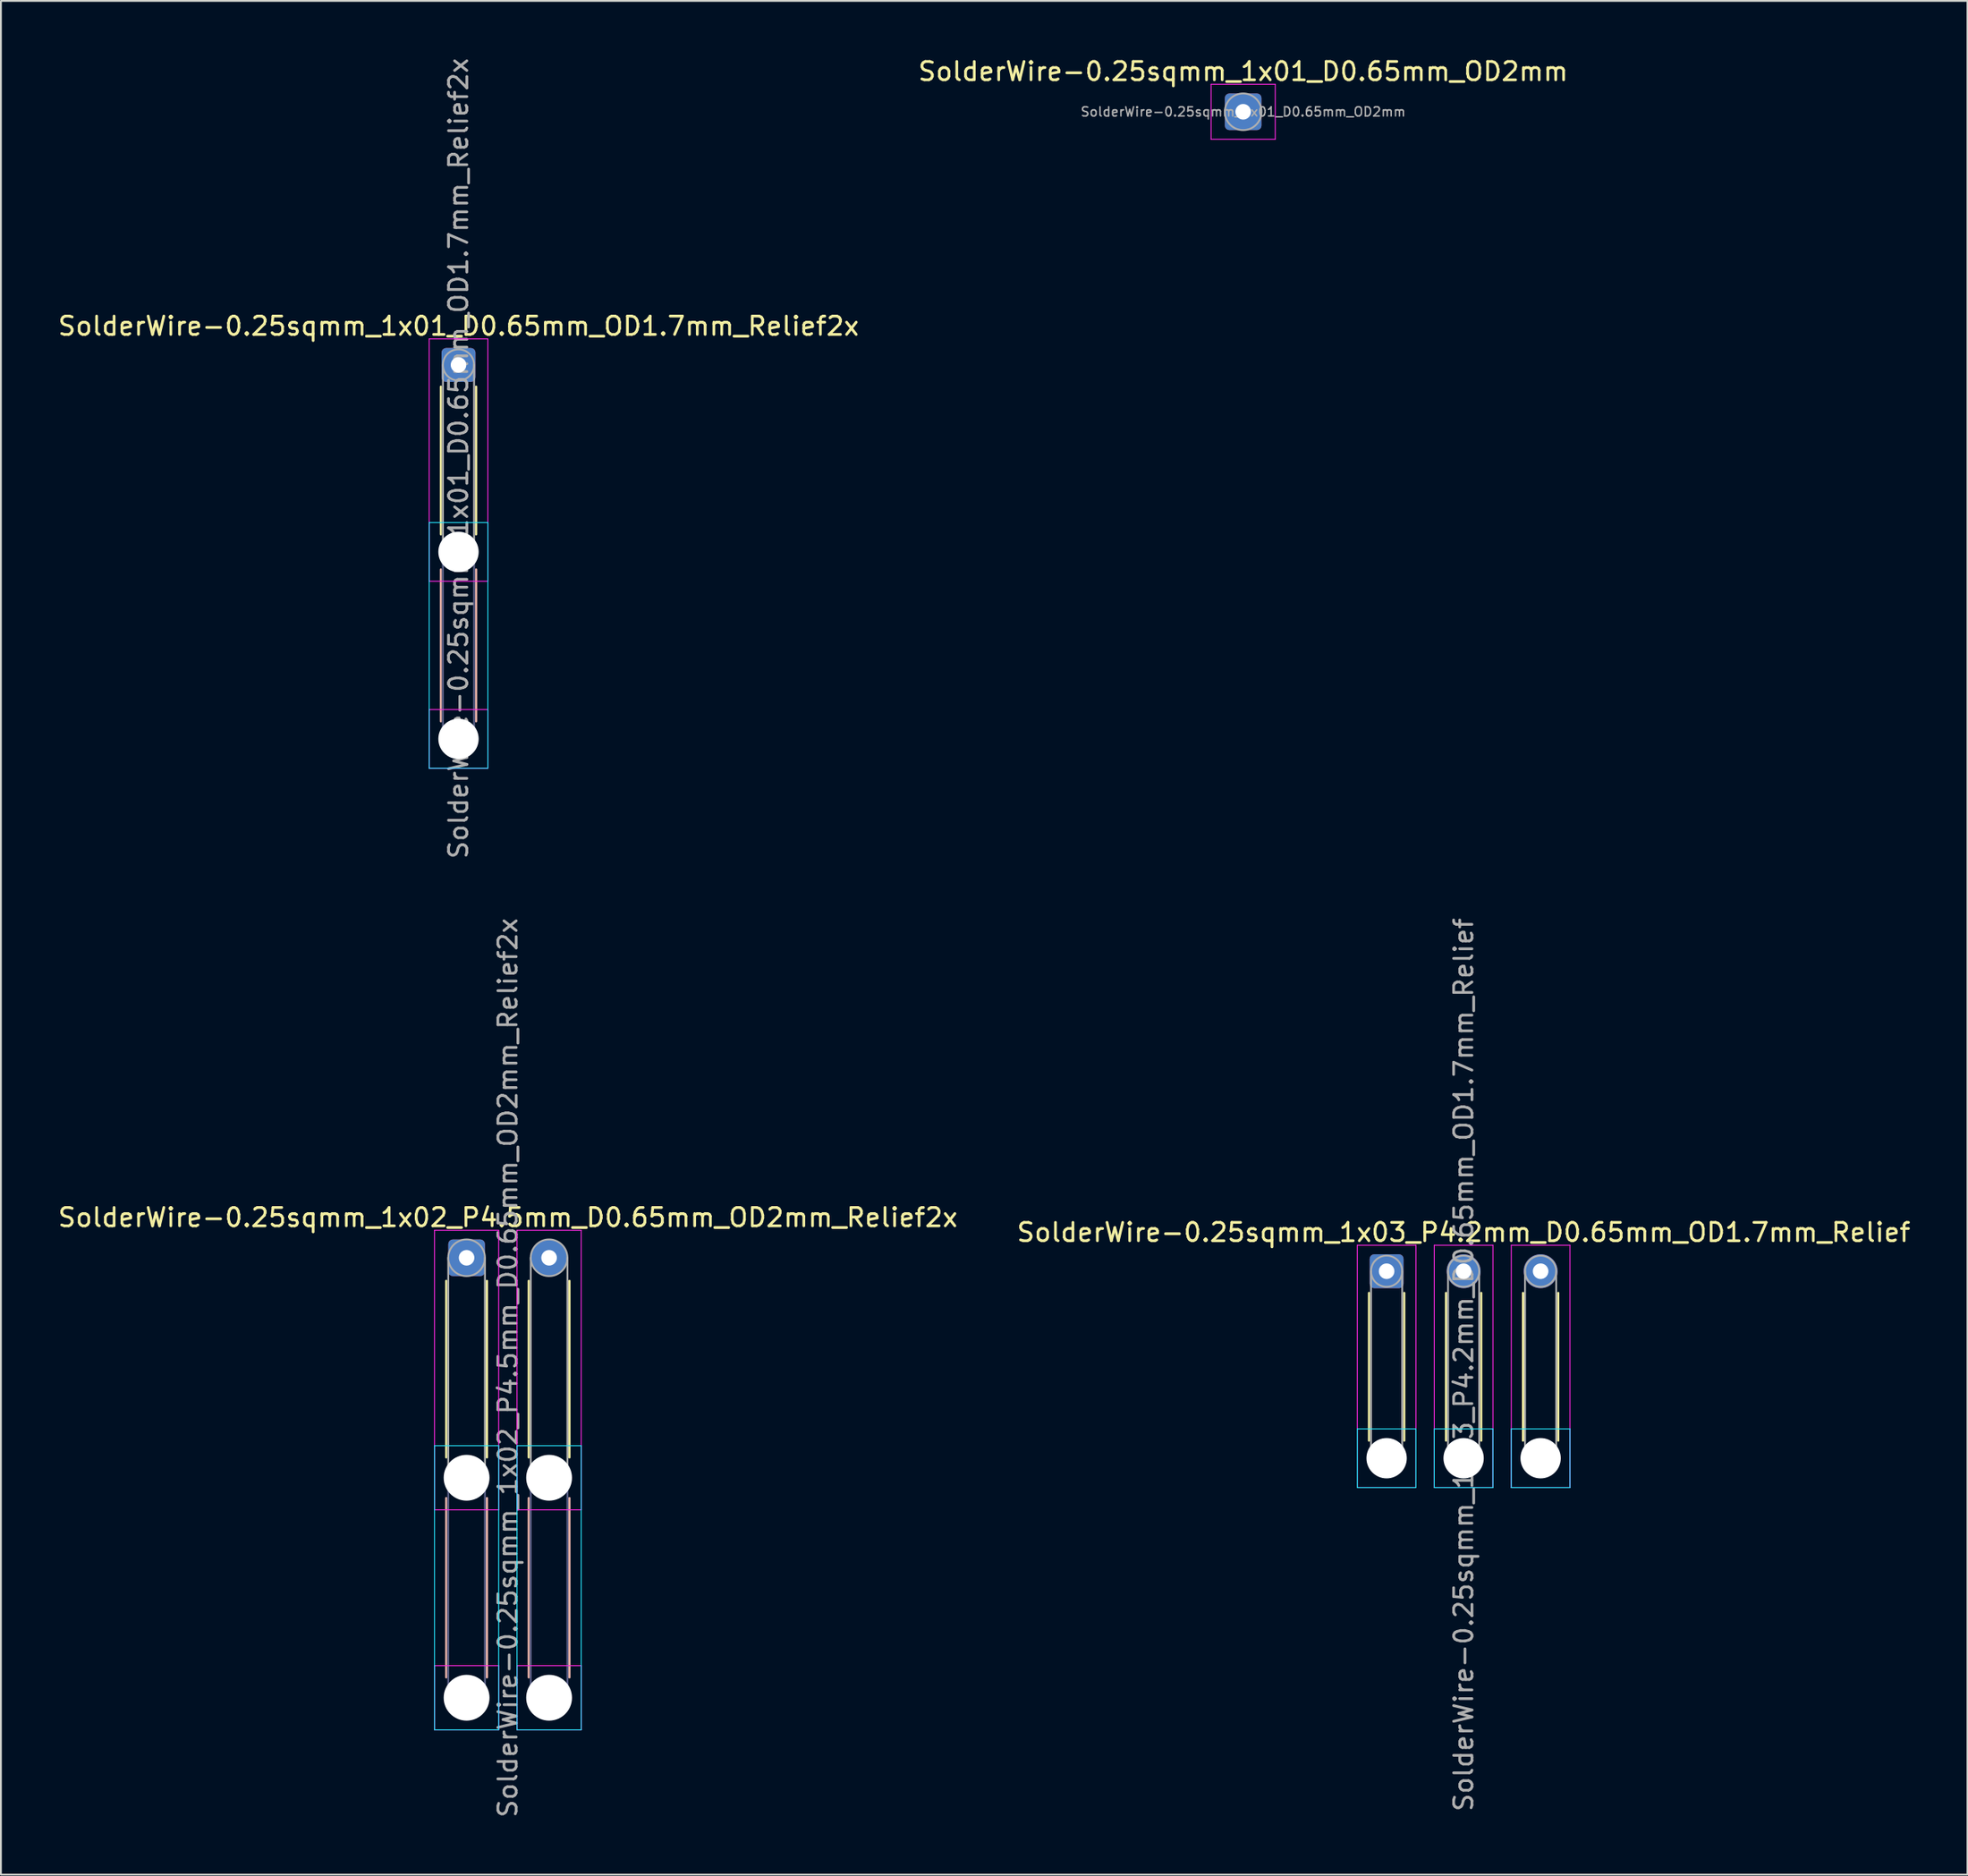
<source format=kicad_pcb>
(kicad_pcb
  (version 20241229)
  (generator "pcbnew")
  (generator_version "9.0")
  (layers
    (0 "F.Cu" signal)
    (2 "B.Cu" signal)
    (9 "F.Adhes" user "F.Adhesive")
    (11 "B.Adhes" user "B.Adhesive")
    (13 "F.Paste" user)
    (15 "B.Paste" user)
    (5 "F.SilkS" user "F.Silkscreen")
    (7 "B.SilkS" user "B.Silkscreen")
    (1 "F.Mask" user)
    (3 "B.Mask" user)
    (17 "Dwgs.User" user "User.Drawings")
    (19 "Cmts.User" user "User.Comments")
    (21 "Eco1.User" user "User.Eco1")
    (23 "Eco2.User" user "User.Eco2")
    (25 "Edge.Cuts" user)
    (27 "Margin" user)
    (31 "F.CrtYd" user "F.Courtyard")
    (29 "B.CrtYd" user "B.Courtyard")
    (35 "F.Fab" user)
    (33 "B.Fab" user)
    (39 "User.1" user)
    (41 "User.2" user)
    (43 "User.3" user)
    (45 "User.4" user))
  (footprint "SolderWire-0.25sqmm_1x03_P4.2mm_D0.65mm_OD1.7mm_Relief"
    (layer "F.Cu")
    (at 72.58 66.299)
    (property "Reference" "SolderWire-0.25sqmm_1x03_P4.2mm_D0.65mm_OD1.7mm_Relief" (at 4.2 -2.12 0) (layer "F.SilkS") (effects (font (size 1 1) (thickness 0.15))))
    (attr exclude_from_pos_files exclude_from_bom)
    (fp_line (start -0.96 1.185) (end -0.96 9.24) (stroke (width 0.12) (type solid)) (layer "F.SilkS"))
    (fp_line (start 0.96 1.185) (end 0.96 9.24) (stroke (width 0.12) (type solid)) (layer "F.SilkS"))
    (fp_line (start 3.24 1.185) (end 3.24 9.24) (stroke (width 0.12) (type solid)) (layer "F.SilkS"))
    (fp_line (start 5.16 1.185) (end 5.16 9.24) (stroke (width 0.12) (type solid)) (layer "F.SilkS"))
    (fp_line (start 7.44 1.185) (end 7.44 9.24) (stroke (width 0.12) (type solid)) (layer "F.SilkS"))
    (fp_line (start 9.36 1.185) (end 9.36 9.24) (stroke (width 0.12) (type solid)) (layer "F.SilkS"))
    (fp_line (start -1.6 8.6) (end -1.6 11.8) (stroke (width 0.05) (type solid)) (layer "B.CrtYd"))
    (fp_line (start -1.6 11.8) (end 1.6 11.8) (stroke (width 0.05) (type solid)) (layer "B.CrtYd"))
    (fp_line (start 1.6 8.6) (end -1.6 8.6) (stroke (width 0.05) (type solid)) (layer "B.CrtYd"))
    (fp_line (start 1.6 11.8) (end 1.6 8.6) (stroke (width 0.05) (type solid)) (layer "B.CrtYd"))
    (fp_line (start 2.6 8.6) (end 2.6 11.8) (stroke (width 0.05) (type solid)) (layer "B.CrtYd"))
    (fp_line (start 2.6 11.8) (end 5.8 11.8) (stroke (width 0.05) (type solid)) (layer "B.CrtYd"))
    (fp_line (start 5.8 8.6) (end 2.6 8.6) (stroke (width 0.05) (type solid)) (layer "B.CrtYd"))
    (fp_line (start 5.8 11.8) (end 5.8 8.6) (stroke (width 0.05) (type solid)) (layer "B.CrtYd"))
    (fp_line (start 6.8 8.6) (end 6.8 11.8) (stroke (width 0.05) (type solid)) (layer "B.CrtYd"))
    (fp_line (start 6.8 11.8) (end 10 11.8) (stroke (width 0.05) (type solid)) (layer "B.CrtYd"))
    (fp_line (start 10 8.6) (end 6.8 8.6) (stroke (width 0.05) (type solid)) (layer "B.CrtYd"))
    (fp_line (start 10 11.8) (end 10 8.6) (stroke (width 0.05) (type solid)) (layer "B.CrtYd"))
    (fp_line (start -1.6 -1.42) (end -1.6 11.8) (stroke (width 0.05) (type solid)) (layer "F.CrtYd"))
    (fp_line (start -1.6 11.8) (end 1.6 11.8) (stroke (width 0.05) (type solid)) (layer "F.CrtYd"))
    (fp_line (start 1.6 -1.42) (end -1.6 -1.42) (stroke (width 0.05) (type solid)) (layer "F.CrtYd"))
    (fp_line (start 1.6 11.8) (end 1.6 -1.42) (stroke (width 0.05) (type solid)) (layer "F.CrtYd"))
    (fp_line (start 2.6 -1.42) (end 2.6 11.8) (stroke (width 0.05) (type solid)) (layer "F.CrtYd"))
    (fp_line (start 2.6 11.8) (end 5.8 11.8) (stroke (width 0.05) (type solid)) (layer "F.CrtYd"))
    (fp_line (start 5.8 -1.42) (end 2.6 -1.42) (stroke (width 0.05) (type solid)) (layer "F.CrtYd"))
    (fp_line (start 5.8 11.8) (end 5.8 -1.42) (stroke (width 0.05) (type solid)) (layer "F.CrtYd"))
    (fp_line (start 6.8 -1.42) (end 6.8 11.8) (stroke (width 0.05) (type solid)) (layer "F.CrtYd"))
    (fp_line (start 6.8 11.8) (end 10 11.8) (stroke (width 0.05) (type solid)) (layer "F.CrtYd"))
    (fp_line (start 10 -1.42) (end 6.8 -1.42) (stroke (width 0.05) (type solid)) (layer "F.CrtYd"))
    (fp_line (start 10 11.8) (end 10 -1.42) (stroke (width 0.05) (type solid)) (layer "F.CrtYd"))
    (fp_line (start -0.85 0) (end -0.85 10.2) (stroke (width 0.1) (type solid)) (layer "F.Fab"))
    (fp_line (start 0.85 0) (end 0.85 10.2) (stroke (width 0.1) (type solid)) (layer "F.Fab"))
    (fp_line (start 3.35 0) (end 3.35 10.2) (stroke (width 0.1) (type solid)) (layer "F.Fab"))
    (fp_line (start 5.05 0) (end 5.05 10.2) (stroke (width 0.1) (type solid)) (layer "F.Fab"))
    (fp_line (start 7.55 0) (end 7.55 10.2) (stroke (width 0.1) (type solid)) (layer "F.Fab"))
    (fp_line (start 9.25 0) (end 9.25 10.2) (stroke (width 0.1) (type solid)) (layer "F.Fab"))
    (fp_circle (center 0 0) (end 0.85 0) (stroke (width 0.1) (type solid)) (fill no) (layer "F.Fab"))
    (fp_circle (center 0 10.2) (end 0.85 10.2) (stroke (width 0.1) (type solid)) (fill no) (layer "F.Fab"))
    (fp_circle (center 4.2 0) (end 5.05 0) (stroke (width 0.1) (type solid)) (fill no) (layer "F.Fab"))
    (fp_circle (center 4.2 10.2) (end 5.05 10.2) (stroke (width 0.1) (type solid)) (fill no) (layer "F.Fab"))
    (fp_circle (center 8.4 0) (end 9.25 0) (stroke (width 0.1) (type solid)) (fill no) (layer "F.Fab"))
    (fp_circle (center 8.4 10.2) (end 9.25 10.2) (stroke (width 0.1) (type solid)) (fill no) (layer "F.Fab"))
    (fp_text user "${REFERENCE}" (at 4.2 5.1 90) (layer "F.Fab") (effects (font (size 1 1) (thickness 0.15))))
    (pad "" np_thru_hole circle (at 0 10.2) (size 2.2 2.2) (drill 2.2) (layers "*.Cu" "*.Mask"))
    (pad "" np_thru_hole circle (at 4.2 10.2) (size 2.2 2.2) (drill 2.2) (layers "*.Cu" "*.Mask"))
    (pad "" np_thru_hole circle (at 8.4 10.2) (size 2.2 2.2) (drill 2.2) (layers "*.Cu" "*.Mask"))
    (pad "1" thru_hole roundrect (at 0 0) (size 1.85 1.85) (drill 0.85) (layers "*.Cu" "*.Mask") (roundrect_rratio 0.135))
    (pad "2" thru_hole circle (at 4.2 0) (size 1.85 1.85) (drill 0.85) (layers "*.Cu" "*.Mask"))
    (pad "3" thru_hole circle (at 8.4 0) (size 1.85 1.85) (drill 0.85) (layers "*.Cu" "*.Mask")))
  (footprint "SolderWire-0.25sqmm_1x02_P4.5mm_D0.65mm_OD2mm_Relief2x"
    (layer "F.Cu")
    (at 22.399 65.565)
    (property "Reference" "SolderWire-0.25sqmm_1x02_P4.5mm_D0.65mm_OD2mm_Relief2x" (at 2.25 -2.2 0) (layer "F.SilkS") (effects (font (size 1 1) (thickness 0.15))))
    (attr exclude_from_pos_files exclude_from_bom)
    (fp_line (start -1.11 1.26) (end -1.11 10.89) (stroke (width 0.12) (type solid)) (layer "F.SilkS"))
    (fp_line (start 1.11 1.26) (end 1.11 10.89) (stroke (width 0.12) (type solid)) (layer "F.SilkS"))
    (fp_line (start 3.39 1.26) (end 3.39 10.89) (stroke (width 0.12) (type solid)) (layer "F.SilkS"))
    (fp_line (start 5.61 1.26) (end 5.61 10.89) (stroke (width 0.12) (type solid)) (layer "F.SilkS"))
    (fp_line (start -1.11 13.11) (end -1.11 22.89) (stroke (width 0.12) (type solid)) (layer "B.SilkS"))
    (fp_line (start 1.11 13.11) (end 1.11 22.89) (stroke (width 0.12) (type solid)) (layer "B.SilkS"))
    (fp_line (start 3.39 13.11) (end 3.39 22.89) (stroke (width 0.12) (type solid)) (layer "B.SilkS"))
    (fp_line (start 5.61 13.11) (end 5.61 22.89) (stroke (width 0.12) (type solid)) (layer "B.SilkS"))
    (fp_line (start -1.75 10.25) (end -1.75 25.75) (stroke (width 0.05) (type solid)) (layer "B.CrtYd"))
    (fp_line (start -1.75 25.75) (end 1.75 25.75) (stroke (width 0.05) (type solid)) (layer "B.CrtYd"))
    (fp_line (start 1.75 10.25) (end -1.75 10.25) (stroke (width 0.05) (type solid)) (layer "B.CrtYd"))
    (fp_line (start 1.75 25.75) (end 1.75 10.25) (stroke (width 0.05) (type solid)) (layer "B.CrtYd"))
    (fp_line (start 2.75 10.25) (end 2.75 25.75) (stroke (width 0.05) (type solid)) (layer "B.CrtYd"))
    (fp_line (start 2.75 25.75) (end 6.25 25.75) (stroke (width 0.05) (type solid)) (layer "B.CrtYd"))
    (fp_line (start 6.25 10.25) (end 2.75 10.25) (stroke (width 0.05) (type solid)) (layer "B.CrtYd"))
    (fp_line (start 6.25 25.75) (end 6.25 10.25) (stroke (width 0.05) (type solid)) (layer "B.CrtYd"))
    (fp_line (start -1.75 -1.5) (end -1.75 13.75) (stroke (width 0.05) (type solid)) (layer "F.CrtYd"))
    (fp_line (start -1.75 13.75) (end 1.75 13.75) (stroke (width 0.05) (type solid)) (layer "F.CrtYd"))
    (fp_line (start -1.75 22.25) (end -1.75 25.75) (stroke (width 0.05) (type solid)) (layer "F.CrtYd"))
    (fp_line (start -1.75 25.75) (end 1.75 25.75) (stroke (width 0.05) (type solid)) (layer "F.CrtYd"))
    (fp_line (start 1.75 -1.5) (end -1.75 -1.5) (stroke (width 0.05) (type solid)) (layer "F.CrtYd"))
    (fp_line (start 1.75 13.75) (end 1.75 -1.5) (stroke (width 0.05) (type solid)) (layer "F.CrtYd"))
    (fp_line (start 1.75 22.25) (end -1.75 22.25) (stroke (width 0.05) (type solid)) (layer "F.CrtYd"))
    (fp_line (start 1.75 25.75) (end 1.75 22.25) (stroke (width 0.05) (type solid)) (layer "F.CrtYd"))
    (fp_line (start 2.75 -1.5) (end 2.75 13.75) (stroke (width 0.05) (type solid)) (layer "F.CrtYd"))
    (fp_line (start 2.75 13.75) (end 6.25 13.75) (stroke (width 0.05) (type solid)) (layer "F.CrtYd"))
    (fp_line (start 2.75 22.25) (end 2.75 25.75) (stroke (width 0.05) (type solid)) (layer "F.CrtYd"))
    (fp_line (start 2.75 25.75) (end 6.25 25.75) (stroke (width 0.05) (type solid)) (layer "F.CrtYd"))
    (fp_line (start 6.25 -1.5) (end 2.75 -1.5) (stroke (width 0.05) (type solid)) (layer "F.CrtYd"))
    (fp_line (start 6.25 13.75) (end 6.25 -1.5) (stroke (width 0.05) (type solid)) (layer "F.CrtYd"))
    (fp_line (start 6.25 22.25) (end 2.75 22.25) (stroke (width 0.05) (type solid)) (layer "F.CrtYd"))
    (fp_line (start 6.25 25.75) (end 6.25 22.25) (stroke (width 0.05) (type solid)) (layer "F.CrtYd"))
    (fp_line (start -1 12) (end -1 24) (stroke (width 0.1) (type solid)) (layer "B.Fab"))
    (fp_line (start 1 12) (end 1 24) (stroke (width 0.1) (type solid)) (layer "B.Fab"))
    (fp_line (start 3.5 12) (end 3.5 24) (stroke (width 0.1) (type solid)) (layer "B.Fab"))
    (fp_line (start 5.5 12) (end 5.5 24) (stroke (width 0.1) (type solid)) (layer "B.Fab"))
    (fp_circle (center 0 12) (end 1 12) (stroke (width 0.1) (type solid)) (fill no) (layer "B.Fab"))
    (fp_circle (center 0 24) (end 1 24) (stroke (width 0.1) (type solid)) (fill no) (layer "B.Fab"))
    (fp_circle (center 4.5 12) (end 5.5 12) (stroke (width 0.1) (type solid)) (fill no) (layer "B.Fab"))
    (fp_circle (center 4.5 24) (end 5.5 24) (stroke (width 0.1) (type solid)) (fill no) (layer "B.Fab"))
    (fp_line (start -1 0) (end -1 12) (stroke (width 0.1) (type solid)) (layer "F.Fab"))
    (fp_line (start 1 0) (end 1 12) (stroke (width 0.1) (type solid)) (layer "F.Fab"))
    (fp_line (start 3.5 0) (end 3.5 12) (stroke (width 0.1) (type solid)) (layer "F.Fab"))
    (fp_line (start 5.5 0) (end 5.5 12) (stroke (width 0.1) (type solid)) (layer "F.Fab"))
    (fp_circle (center 0 0) (end 1 0) (stroke (width 0.1) (type solid)) (fill no) (layer "F.Fab"))
    (fp_circle (center 0 12) (end 1 12) (stroke (width 0.1) (type solid)) (fill no) (layer "F.Fab"))
    (fp_circle (center 0 24) (end 1 24) (stroke (width 0.1) (type solid)) (fill no) (layer "F.Fab"))
    (fp_circle (center 4.5 0) (end 5.5 0) (stroke (width 0.1) (type solid)) (fill no) (layer "F.Fab"))
    (fp_circle (center 4.5 12) (end 5.5 12) (stroke (width 0.1) (type solid)) (fill no) (layer "F.Fab"))
    (fp_circle (center 4.5 24) (end 5.5 24) (stroke (width 0.1) (type solid)) (fill no) (layer "F.Fab"))
    (fp_text user "${REFERENCE}" (at 2.25 6 90) (layer "F.Fab") (effects (font (size 1 1) (thickness 0.15))))
    (pad "" np_thru_hole circle (at 0 12) (size 2.5 2.5) (drill 2.5) (layers "*.Cu" "*.Mask"))
    (pad "" np_thru_hole circle (at 0 24) (size 2.5 2.5) (drill 2.5) (layers "*.Cu" "*.Mask"))
    (pad "" np_thru_hole circle (at 4.5 12) (size 2.5 2.5) (drill 2.5) (layers "*.Cu" "*.Mask"))
    (pad "" np_thru_hole circle (at 4.5 24) (size 2.5 2.5) (drill 2.5) (layers "*.Cu" "*.Mask"))
    (pad "1" thru_hole roundrect (at 0 0) (size 2 2) (drill 0.85) (layers "*.Cu" "*.Mask") (roundrect_rratio 0.125))
    (pad "2" thru_hole circle (at 4.5 0) (size 2 2) (drill 0.85) (layers "*.Cu" "*.Mask")))
  (footprint "SolderWire-0.25sqmm_1x01_D0.65mm_OD2mm"
    (layer "F.Cu")
    (at 64.756 3.048)
    (property "Reference" "SolderWire-0.25sqmm_1x01_D0.65mm_OD2mm" (at 0 -2.2 0) (layer "F.SilkS") (effects (font (size 1 1) (thickness 0.15))))
    (attr exclude_from_pos_files exclude_from_bom)
    (fp_line (start -1.75 -1.5) (end -1.75 1.5) (stroke (width 0.05) (type solid)) (layer "F.CrtYd"))
    (fp_line (start -1.75 1.5) (end 1.75 1.5) (stroke (width 0.05) (type solid)) (layer "F.CrtYd"))
    (fp_line (start 1.75 -1.5) (end -1.75 -1.5) (stroke (width 0.05) (type solid)) (layer "F.CrtYd"))
    (fp_line (start 1.75 1.5) (end 1.75 -1.5) (stroke (width 0.05) (type solid)) (layer "F.CrtYd"))
    (fp_circle (center 0 0) (end 1 0) (stroke (width 0.1) (type solid)) (fill no) (layer "F.Fab"))
    (fp_text user "${REFERENCE}" (at 0 0 0) (layer "F.Fab") (effects (font (size 0.5 0.5) (thickness 0.08))))
    (pad "1" thru_hole roundrect (at 0 0) (size 2 2) (drill 0.85) (layers "*.Cu" "*.Mask") (roundrect_rratio 0.125)))
  (footprint "SolderWire-0.25sqmm_1x01_D0.65mm_OD1.7mm_Relief2x"
    (layer "F.Cu")
    (at 21.958 16.858)
    (property "Reference" "SolderWire-0.25sqmm_1x01_D0.65mm_OD1.7mm_Relief2x" (at 0 -2.12 0) (layer "F.SilkS") (effects (font (size 1 1) (thickness 0.15))))
    (attr exclude_from_pos_files exclude_from_bom)
    (fp_line (start -0.96 1.185) (end -0.96 9.24) (stroke (width 0.12) (type solid)) (layer "F.SilkS"))
    (fp_line (start 0.96 1.185) (end 0.96 9.24) (stroke (width 0.12) (type solid)) (layer "F.SilkS"))
    (fp_line (start -0.96 11.16) (end -0.96 19.44) (stroke (width 0.12) (type solid)) (layer "B.SilkS"))
    (fp_line (start 0.96 11.16) (end 0.96 19.44) (stroke (width 0.12) (type solid)) (layer "B.SilkS"))
    (fp_line (start -1.6 8.6) (end -1.6 22) (stroke (width 0.05) (type solid)) (layer "B.CrtYd"))
    (fp_line (start -1.6 22) (end 1.6 22) (stroke (width 0.05) (type solid)) (layer "B.CrtYd"))
    (fp_line (start 1.6 8.6) (end -1.6 8.6) (stroke (width 0.05) (type solid)) (layer "B.CrtYd"))
    (fp_line (start 1.6 22) (end 1.6 8.6) (stroke (width 0.05) (type solid)) (layer "B.CrtYd"))
    (fp_line (start -1.6 -1.42) (end -1.6 11.8) (stroke (width 0.05) (type solid)) (layer "F.CrtYd"))
    (fp_line (start -1.6 11.8) (end 1.6 11.8) (stroke (width 0.05) (type solid)) (layer "F.CrtYd"))
    (fp_line (start -1.6 18.8) (end -1.6 22) (stroke (width 0.05) (type solid)) (layer "F.CrtYd"))
    (fp_line (start -1.6 22) (end 1.6 22) (stroke (width 0.05) (type solid)) (layer "F.CrtYd"))
    (fp_line (start 1.6 -1.42) (end -1.6 -1.42) (stroke (width 0.05) (type solid)) (layer "F.CrtYd"))
    (fp_line (start 1.6 11.8) (end 1.6 -1.42) (stroke (width 0.05) (type solid)) (layer "F.CrtYd"))
    (fp_line (start 1.6 18.8) (end -1.6 18.8) (stroke (width 0.05) (type solid)) (layer "F.CrtYd"))
    (fp_line (start 1.6 22) (end 1.6 18.8) (stroke (width 0.05) (type solid)) (layer "F.CrtYd"))
    (fp_line (start -0.85 10.2) (end -0.85 20.4) (stroke (width 0.1) (type solid)) (layer "B.Fab"))
    (fp_line (start 0.85 10.2) (end 0.85 20.4) (stroke (width 0.1) (type solid)) (layer "B.Fab"))
    (fp_circle (center 0 10.2) (end 0.85 10.2) (stroke (width 0.1) (type solid)) (fill no) (layer "B.Fab"))
    (fp_circle (center 0 20.4) (end 0.85 20.4) (stroke (width 0.1) (type solid)) (fill no) (layer "B.Fab"))
    (fp_line (start -0.85 0) (end -0.85 10.2) (stroke (width 0.1) (type solid)) (layer "F.Fab"))
    (fp_line (start 0.85 0) (end 0.85 10.2) (stroke (width 0.1) (type solid)) (layer "F.Fab"))
    (fp_circle (center 0 0) (end 0.85 0) (stroke (width 0.1) (type solid)) (fill no) (layer "F.Fab"))
    (fp_circle (center 0 10.2) (end 0.85 10.2) (stroke (width 0.1) (type solid)) (fill no) (layer "F.Fab"))
    (fp_circle (center 0 20.4) (end 0.85 20.4) (stroke (width 0.1) (type solid)) (fill no) (layer "F.Fab"))
    (fp_text user "${REFERENCE}" (at 0 5.1 90) (layer "F.Fab") (effects (font (size 1 1) (thickness 0.15))))
    (pad "" np_thru_hole circle (at 0 10.2) (size 2.2 2.2) (drill 2.2) (layers "*.Cu" "*.Mask"))
    (pad "" np_thru_hole circle (at 0 20.4) (size 2.2 2.2) (drill 2.2) (layers "*.Cu" "*.Mask"))
    (pad "1" thru_hole roundrect (at 0 0) (size 1.85 1.85) (drill 0.85) (layers "*.Cu" "*.Mask") (roundrect_rratio 0.135)))
  (gr_rect
    (start -3 -3)
    (end 104.262 99.214)
    (stroke (width 0.1) (type default))
    (fill no)
    (layer "Edge.Cuts")))
</source>
